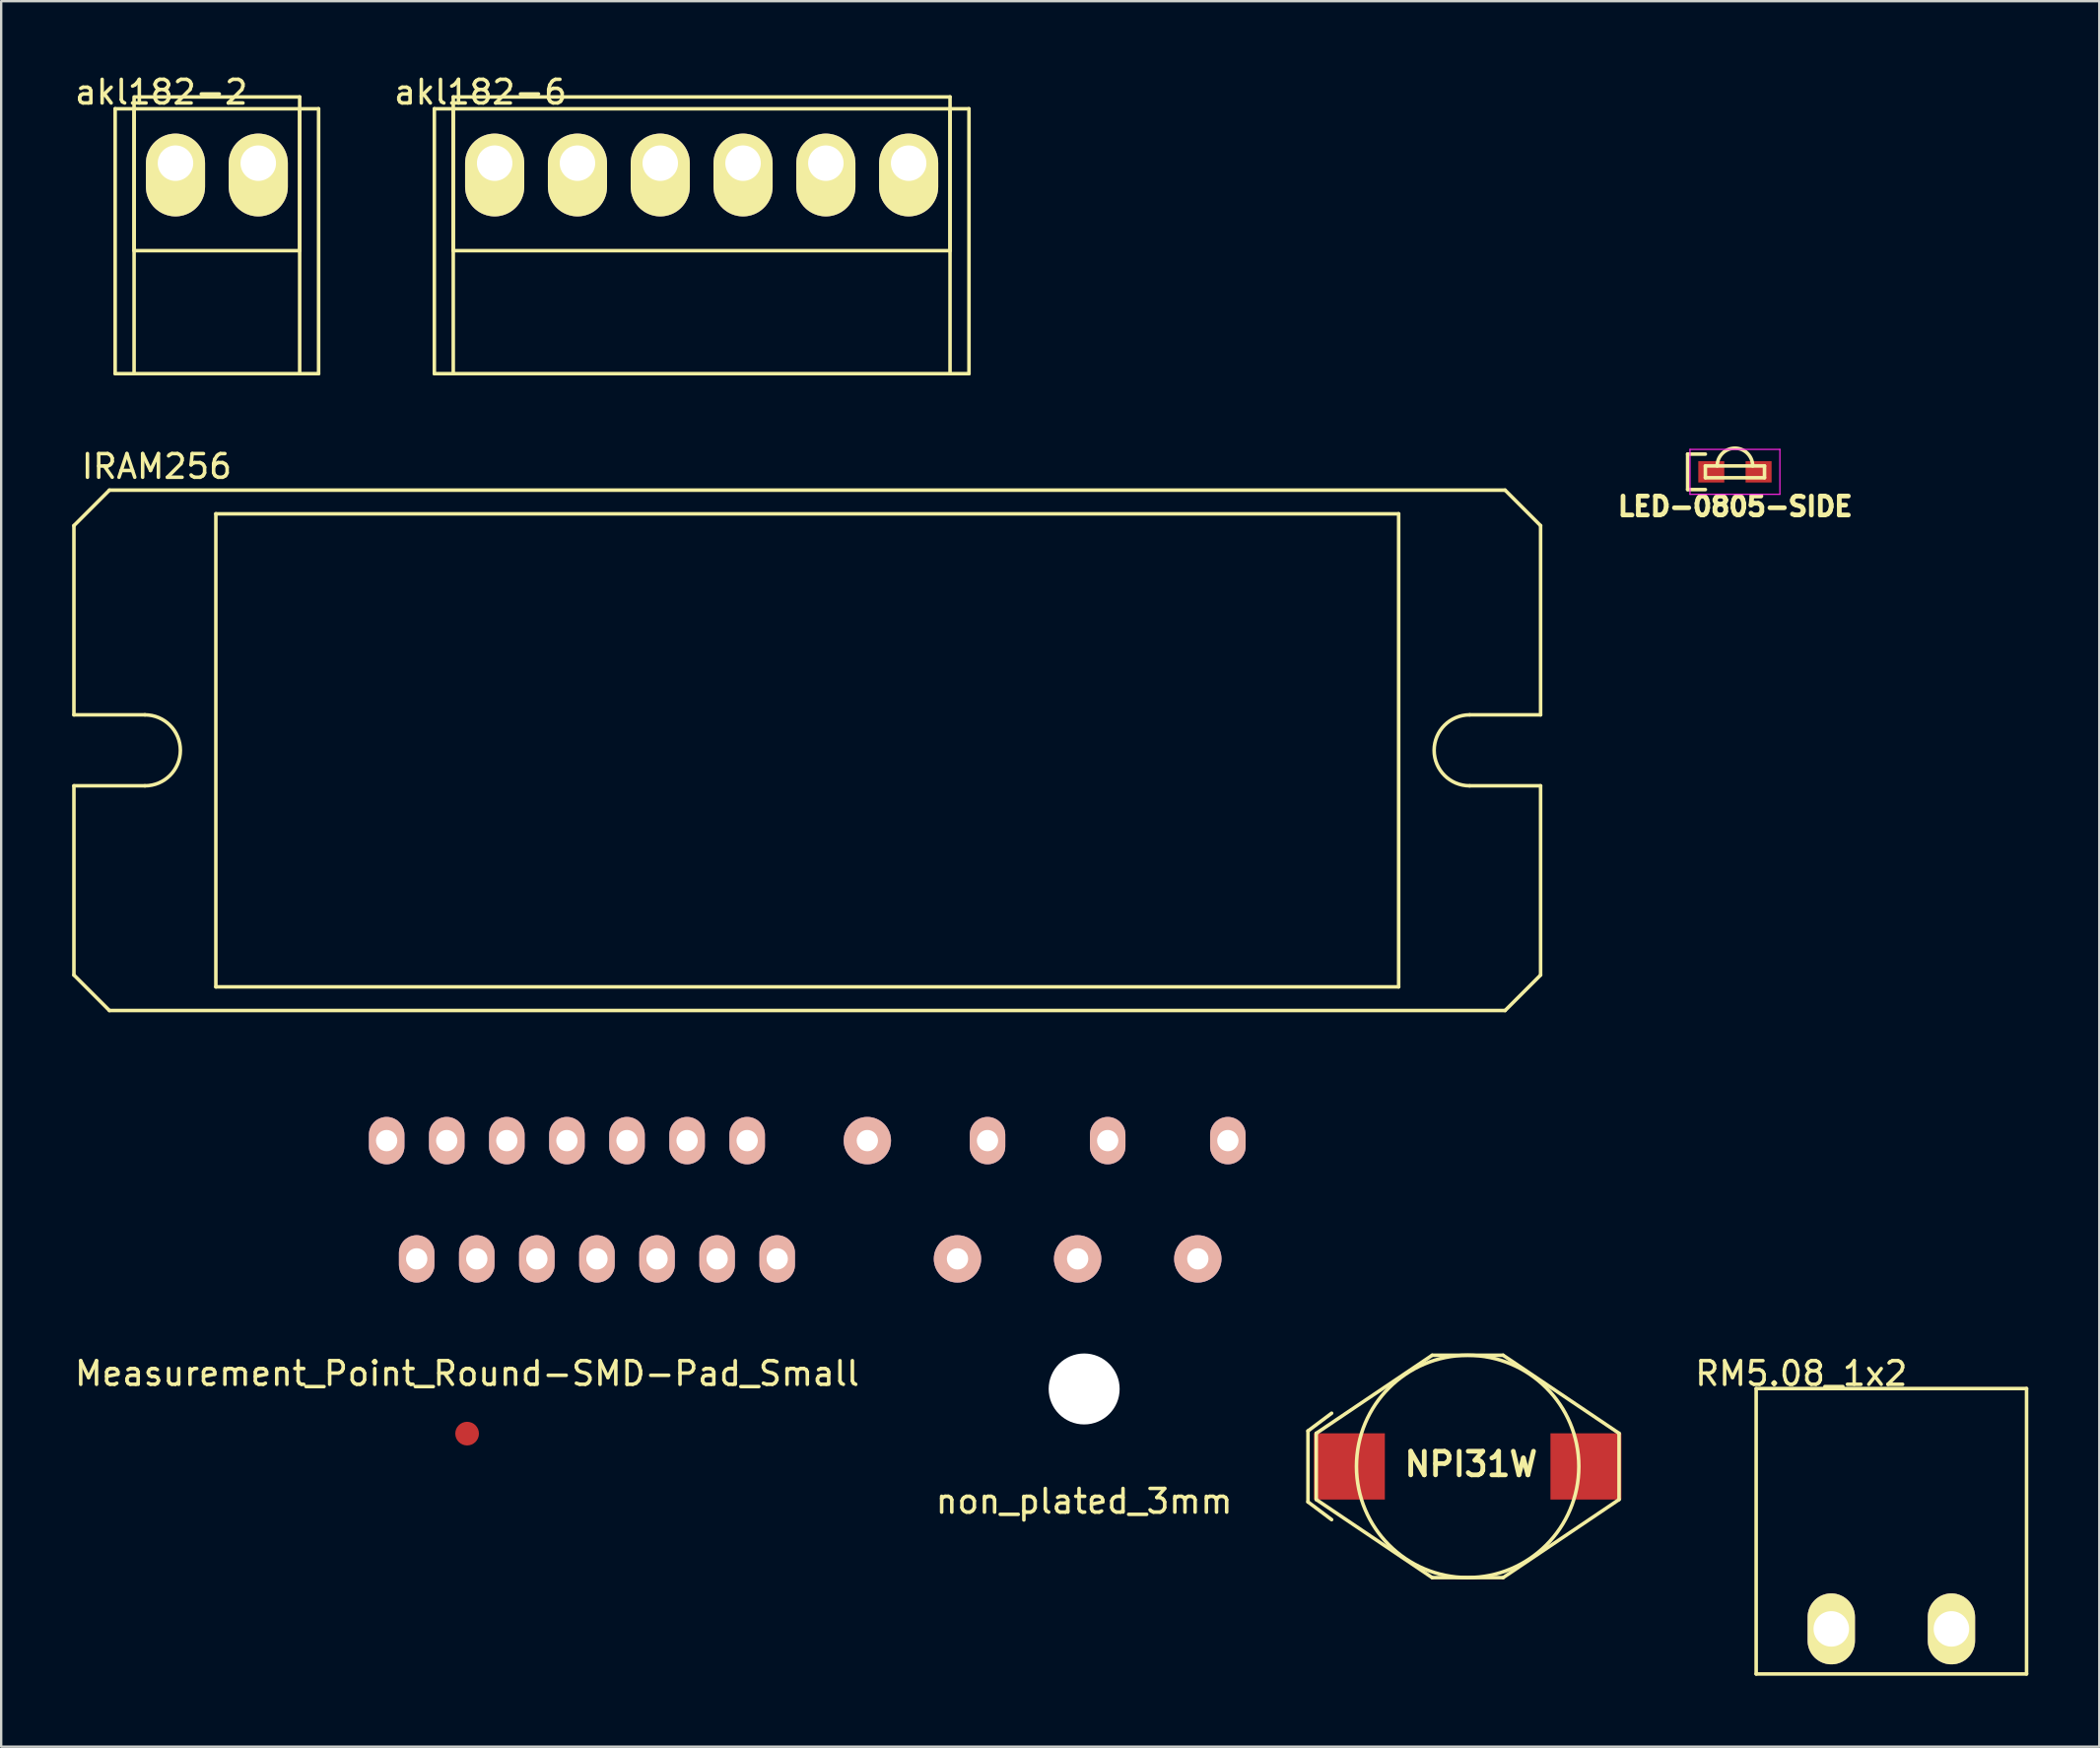
<source format=kicad_pcb>
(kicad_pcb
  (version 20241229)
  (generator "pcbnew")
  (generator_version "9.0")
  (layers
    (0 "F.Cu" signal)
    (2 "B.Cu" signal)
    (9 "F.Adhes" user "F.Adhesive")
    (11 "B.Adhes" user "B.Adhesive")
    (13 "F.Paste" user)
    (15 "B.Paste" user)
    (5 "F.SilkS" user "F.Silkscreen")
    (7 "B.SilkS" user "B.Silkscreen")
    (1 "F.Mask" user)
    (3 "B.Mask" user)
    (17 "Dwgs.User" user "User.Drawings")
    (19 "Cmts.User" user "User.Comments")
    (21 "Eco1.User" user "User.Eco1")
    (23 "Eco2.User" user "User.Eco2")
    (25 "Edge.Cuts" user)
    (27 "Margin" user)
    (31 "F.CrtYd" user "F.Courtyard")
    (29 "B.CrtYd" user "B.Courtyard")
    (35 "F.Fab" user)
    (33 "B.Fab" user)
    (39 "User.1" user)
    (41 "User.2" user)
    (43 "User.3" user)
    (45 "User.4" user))
  (footprint "akl182-2"
    (layer "F.Cu")
    (at 4.368 3.848)
    (property "Reference" "akl182-2" (at -0.6 -3 0) (layer "F.SilkS") (effects (font (size 1 1) (thickness 0.15))))
    (attr through_hole)
    (fp_line (start -2.55 -2.3) (end 6.05 -2.3) (stroke (width 0.15) (type solid)) (layer "F.SilkS"))
    (fp_line (start -2.55 8.9) (end -2.55 -2.3) (stroke (width 0.15) (type solid)) (layer "F.SilkS"))
    (fp_line (start -2.55 8.9) (end 6.05 8.9) (stroke (width 0.15) (type solid)) (layer "F.SilkS"))
    (fp_line (start -1.75 -2.3) (end -1.75 8.9) (stroke (width 0.15) (type solid)) (layer "F.SilkS"))
    (fp_line (start -1.75 3.7) (end -1.75 -2.8) (stroke (width 0.15) (type solid)) (layer "F.SilkS"))
    (fp_line (start -1.7 -2.8) (end 5.25 -2.8) (stroke (width 0.15) (type solid)) (layer "F.SilkS"))
    (fp_line (start 5.25 -2.8) (end 5.25 3.7) (stroke (width 0.15) (type solid)) (layer "F.SilkS"))
    (fp_line (start 5.25 -2.3) (end 5.25 8.9) (stroke (width 0.15) (type solid)) (layer "F.SilkS"))
    (fp_line (start 5.25 3.7) (end -1.75 3.7) (stroke (width 0.15) (type solid)) (layer "F.SilkS"))
    (fp_line (start 6.05 -2.3) (end 6.05 8.9) (stroke (width 0.15) (type solid)) (layer "F.SilkS"))
    (pad "1" thru_hole oval (at 0 0) (size 2.5 3.5) (drill 1.5 (offset 0 0.5)) (layers "*.Cu" "*.Mask" "F.SilkS"))
    (pad "2" thru_hole oval (at 3.5 0) (size 2.5 3.5) (drill 1.5 (offset 0 0.5)) (layers "*.Cu" "*.Mask" "F.SilkS")))
  (footprint "RM5.08_1x2"
    (layer "F.Cu")
    (at 74.363 65.815)
    (property "Reference" "RM5.08_1x2" (at -1.27 -10.795 0) (layer "F.SilkS") (effects (font (size 1 1) (thickness 0.15))))
    (attr through_hole)
    (fp_line (start -3.175 -10.16) (end -3.175 1.905) (stroke (width 0.15) (type solid)) (layer "F.SilkS"))
    (fp_line (start -3.175 1.905) (end 8.255 1.905) (stroke (width 0.15) (type solid)) (layer "F.SilkS"))
    (fp_line (start 8.255 -10.16) (end -3.175 -10.16) (stroke (width 0.15) (type solid)) (layer "F.SilkS"))
    (fp_line (start 8.255 1.905) (end 8.255 -10.16) (stroke (width 0.15) (type solid)) (layer "F.SilkS"))
    (pad "1" thru_hole oval (at 0 0) (size 2 3) (drill 1.5) (layers "*.Cu" "*.Mask" "F.SilkS"))
    (pad "2" thru_hole oval (at 5.08 0) (size 2 3) (drill 1.5) (layers "*.Cu" "*.Mask" "F.SilkS")))
  (footprint "LED-0805-SIDE"
    (layer "F.Cu")
    (at 70.291 16.898)
    (property "Reference" "LED-0805-SIDE" (at 0.012 1.464 0) (layer "F.SilkS") (effects (font (size 0.8 0.8) (thickness 0.2))))
    (attr smd)
    (fp_line (start -2 0.75) (end -2 -0.75) (stroke (width 0.15) (type solid)) (layer "F.SilkS"))
    (fp_line (start -1.25 -0.75) (end -2 -0.75) (stroke (width 0.15) (type solid)) (layer "F.SilkS"))
    (fp_line (start -1.25 -0.25) (end -1.25 0.25) (stroke (width 0.15) (type solid)) (layer "F.SilkS"))
    (fp_line (start -1.25 0.25) (end 1.25 0.25) (stroke (width 0.15) (type solid)) (layer "F.SilkS"))
    (fp_line (start -1.25 0.75) (end -2 0.75) (stroke (width 0.15) (type solid)) (layer "F.SilkS"))
    (fp_line (start 1.25 -0.25) (end -1.25 -0.25) (stroke (width 0.15) (type solid)) (layer "F.SilkS"))
    (fp_line (start 1.25 0.25) (end 1.25 -0.25) (stroke (width 0.15) (type solid)) (layer "F.SilkS"))
    (fp_arc (start -0.75 -0.25) (mid 0 -1) (end 0.75 -0.25) (stroke (width 0.15) (type solid)) (layer "F.SilkS"))
    (fp_line (start -1.9 -0.95) (end 1.9 -0.95) (stroke (width 0.05) (type solid)) (layer "F.CrtYd"))
    (fp_line (start -1.9 0.95) (end -1.9 -0.95) (stroke (width 0.05) (type solid)) (layer "F.CrtYd"))
    (fp_line (start 1.9 -0.95) (end 1.9 0.95) (stroke (width 0.05) (type solid)) (layer "F.CrtYd"))
    (fp_line (start 1.9 0.95) (end -1.9 0.95) (stroke (width 0.05) (type solid)) (layer "F.CrtYd"))
    (pad "1" smd rect (at -1 0 180) (size 1.1 0.9) (layers "F.Cu" "F.Mask" "F.Paste"))
    (pad "2" smd rect (at 1 0 180) (size 1.1 0.9) (layers "F.Cu" "F.Mask" "F.Paste")))
  (footprint "Measurement_Point_Round-SMD-Pad_Small"
    (layer "F.Cu")
    (at 16.696 57.56)
    (property "Reference" "Measurement_Point_Round-SMD-Pad_Small" (at 0 -2.54 0) (layer "F.SilkS") (effects (font (size 1 1) (thickness 0.15))))
    (attr through_hole)
    (pad "1" smd circle (at 0 0) (size 1 1) (layers "F.Cu" "F.Mask")))
  (footprint "akl182-6"
    (layer "F.Cu")
    (at 17.861 3.848)
    (property "Reference" "akl182-6" (at -0.6 -3 0) (layer "F.SilkS") (effects (font (size 1 1) (thickness 0.15))))
    (attr through_hole)
    (fp_line (start -2.55 -2.3) (end 20.05 -2.3) (stroke (width 0.15) (type solid)) (layer "F.SilkS"))
    (fp_line (start -2.55 8.9) (end -2.55 -2.3) (stroke (width 0.15) (type solid)) (layer "F.SilkS"))
    (fp_line (start -2.55 8.9) (end 20.05 8.9) (stroke (width 0.15) (type solid)) (layer "F.SilkS"))
    (fp_line (start -1.75 -2.8) (end 19.25 -2.8) (stroke (width 0.15) (type solid)) (layer "F.SilkS"))
    (fp_line (start -1.75 -2.3) (end -1.75 8.9) (stroke (width 0.15) (type solid)) (layer "F.SilkS"))
    (fp_line (start -1.75 3.7) (end -1.75 -2.8) (stroke (width 0.15) (type solid)) (layer "F.SilkS"))
    (fp_line (start 19.25 -2.8) (end 19.25 3.7) (stroke (width 0.15) (type solid)) (layer "F.SilkS"))
    (fp_line (start 19.25 -2.3) (end 19.25 8.9) (stroke (width 0.15) (type solid)) (layer "F.SilkS"))
    (fp_line (start 19.25 3.7) (end -1.75 3.7) (stroke (width 0.15) (type solid)) (layer "F.SilkS"))
    (fp_line (start 20.05 -2.3) (end 20.05 8.9) (stroke (width 0.15) (type solid)) (layer "F.SilkS"))
    (pad "1" thru_hole oval (at 0 0) (size 2.5 3.5) (drill 1.5 (offset 0 0.5)) (layers "*.Cu" "*.Mask" "F.SilkS"))
    (pad "2" thru_hole oval (at 3.5 0) (size 2.5 3.5) (drill 1.5 (offset 0 0.5)) (layers "*.Cu" "*.Mask" "F.SilkS"))
    (pad "3" thru_hole oval (at 7 0) (size 2.5 3.5) (drill 1.5 (offset 0 0.5)) (layers "*.Cu" "*.Mask" "F.SilkS"))
    (pad "4" thru_hole oval (at 10.5 0) (size 2.5 3.5) (drill 1.5 (offset 0 0.5)) (layers "*.Cu" "*.Mask" "F.SilkS"))
    (pad "5" thru_hole oval (at 14 0) (size 2.5 3.5) (drill 1.5 (offset 0 0.5)) (layers "*.Cu" "*.Mask" "F.SilkS"))
    (pad "6" thru_hole oval (at 17.5 0) (size 2.5 3.5) (drill 1.5 (offset 0 0.5)) (layers "*.Cu" "*.Mask" "F.SilkS")))
  (footprint "non_plated_3mm"
    (layer "F.Cu")
    (at 42.78 55.672)
    (property "Reference" "non_plated_3mm" (at 0 4.75 0) (layer "F.SilkS") (effects (font (size 1 1) (thickness 0.15))))
    (attr through_hole)
    (pad "" np_thru_hole circle (at 0 0) (size 3 3) (drill 3) (layers "*.Cu" "*.Mask")))
  (footprint "IRAM256"
    (layer "F.Cu")
    (at 31.075 28.672)
    (property "Reference" "IRAM256" (at -27.5 -12 0) (layer "F.SilkS") (effects (font (size 1 1) (thickness 0.15))))
    (attr through_hole)
    (fp_line (start -31 -1.5) (end -31 -9.5) (stroke (width 0.15) (type solid)) (layer "F.SilkS"))
    (fp_line (start -31 1.5) (end -31 9.5) (stroke (width 0.15) (type solid)) (layer "F.SilkS"))
    (fp_line (start -29.5 -11) (end -31 -9.5) (stroke (width 0.15) (type solid)) (layer "F.SilkS"))
    (fp_line (start -29.5 -11) (end 29.5 -11) (stroke (width 0.15) (type solid)) (layer "F.SilkS"))
    (fp_line (start -29.5 11) (end -31 9.5) (stroke (width 0.15) (type solid)) (layer "F.SilkS"))
    (fp_line (start -28 -1.5) (end -31 -1.5) (stroke (width 0.15) (type solid)) (layer "F.SilkS"))
    (fp_line (start -28 1.5) (end -31 1.5) (stroke (width 0.15) (type solid)) (layer "F.SilkS"))
    (fp_line (start -25 -10) (end -25 10) (stroke (width 0.15) (type solid)) (layer "F.SilkS"))
    (fp_line (start -25 10) (end 25 10) (stroke (width 0.15) (type solid)) (layer "F.SilkS"))
    (fp_line (start 25 -10) (end -25 -10) (stroke (width 0.15) (type solid)) (layer "F.SilkS"))
    (fp_line (start 25 10) (end 25 -10) (stroke (width 0.15) (type solid)) (layer "F.SilkS"))
    (fp_line (start 28 -1.5) (end 31 -1.5) (stroke (width 0.15) (type solid)) (layer "F.SilkS"))
    (fp_line (start 28 1.5) (end 31 1.5) (stroke (width 0.15) (type solid)) (layer "F.SilkS"))
    (fp_line (start 29.5 -11) (end 31 -9.5) (stroke (width 0.15) (type solid)) (layer "F.SilkS"))
    (fp_line (start 29.5 11) (end -29.5 11) (stroke (width 0.15) (type solid)) (layer "F.SilkS"))
    (fp_line (start 31 -9.5) (end 31 -1.5) (stroke (width 0.15) (type solid)) (layer "F.SilkS"))
    (fp_line (start 31 1.5) (end 31 9.5) (stroke (width 0.15) (type solid)) (layer "F.SilkS"))
    (fp_line (start 31 9.5) (end 29.5 11) (stroke (width 0.15) (type solid)) (layer "F.SilkS"))
    (fp_arc (start -28 -1.5) (mid -26.5 0) (end -28 1.5) (stroke (width 0.15) (type solid)) (layer "F.SilkS"))
    (fp_arc (start 28 1.5) (mid 26.5 0) (end 28 -1.5) (stroke (width 0.15) (type solid)) (layer "F.SilkS"))
    (pad "1" thru_hole oval (at 17.78 16.5 180) (size 1.5 2) (drill 0.9) (layers "*.Cu" "*.Mask" "B.SilkS"))
    (pad "2" thru_hole oval (at 16.51 21.5 180) (size 2 2) (drill 0.9) (layers "*.Cu" "*.Mask" "B.SilkS"))
    (pad "5" thru_hole oval (at 12.7 16.5 180) (size 1.5 2) (drill 0.9) (layers "*.Cu" "*.Mask" "B.SilkS"))
    (pad "6" thru_hole oval (at 11.43 21.5 180) (size 2 2) (drill 0.9) (layers "*.Cu" "*.Mask" "B.SilkS"))
    (pad "9" thru_hole oval (at 7.62 16.5 180) (size 1.5 2) (drill 0.9) (layers "*.Cu" "*.Mask" "B.SilkS"))
    (pad "10" thru_hole oval (at 6.35 21.5 180) (size 2 2) (drill 0.9) (layers "*.Cu" "*.Mask" "B.SilkS"))
    (pad "13" thru_hole oval (at 2.54 16.5 180) (size 2 2) (drill 0.9) (layers "*.Cu" "*.Mask" "B.SilkS"))
    (pad "16" thru_hole oval (at -1.27 21.5 180) (size 1.5 2) (drill 0.9) (layers "*.Cu" "*.Mask" "B.SilkS"))
    (pad "17" thru_hole oval (at -2.54 16.5 180) (size 1.5 2) (drill 0.9) (layers "*.Cu" "*.Mask" "B.SilkS"))
    (pad "18" thru_hole oval (at -3.81 21.5 180) (size 1.5 2) (drill 0.9) (layers "*.Cu" "*.Mask" "B.SilkS"))
    (pad "19" thru_hole oval (at -5.08 16.5 180) (size 1.5 2) (drill 0.9) (layers "*.Cu" "*.Mask" "B.SilkS"))
    (pad "20" thru_hole oval (at -6.35 21.5 180) (size 1.5 2) (drill 0.9) (layers "*.Cu" "*.Mask" "B.SilkS"))
    (pad "21" thru_hole oval (at -7.62 16.5 180) (size 1.5 2) (drill 0.9) (layers "*.Cu" "*.Mask" "B.SilkS"))
    (pad "22" thru_hole oval (at -8.89 21.5 180) (size 1.5 2) (drill 0.9) (layers "*.Cu" "*.Mask" "B.SilkS"))
    (pad "23" thru_hole oval (at -10.16 16.5 180) (size 1.5 2) (drill 0.9) (layers "*.Cu" "*.Mask" "B.SilkS"))
    (pad "24" thru_hole oval (at -11.43 21.5 180) (size 1.5 2) (drill 0.9) (layers "*.Cu" "*.Mask" "B.SilkS"))
    (pad "25" thru_hole oval (at -12.7 16.5 180) (size 1.5 2) (drill 0.9) (layers "*.Cu" "*.Mask" "B.SilkS"))
    (pad "26" thru_hole oval (at -13.97 21.5 180) (size 1.5 2) (drill 0.9) (layers "*.Cu" "*.Mask" "B.SilkS"))
    (pad "27" thru_hole oval (at -15.24 16.5 180) (size 1.5 2) (drill 0.9) (layers "*.Cu" "*.Mask" "B.SilkS"))
    (pad "28" thru_hole oval (at -16.51 21.5 180) (size 1.5 2) (drill 0.9) (layers "*.Cu" "*.Mask" "B.SilkS"))
    (pad "29" thru_hole oval (at -17.78 16.5 180) (size 1.5 2) (drill 0.9) (layers "*.Cu" "*.Mask" "B.SilkS")))
  (footprint "NPI31W"
    (layer "F.Cu")
    (at 58.992 58.947)
    (property "Reference" "NPI31W" (at 0.142 -0.096 0) (layer "F.SilkS") (effects (font (size 1 1) (thickness 0.2))))
    (attr smd)
    (fp_line (start -6.75 -1.5) (end -6.75 1.5) (stroke (width 0.15) (type solid)) (layer "F.SilkS"))
    (fp_line (start -6.75 1.5) (end -5.75 2.25) (stroke (width 0.15) (type solid)) (layer "F.SilkS"))
    (fp_line (start -6.4 -1.4) (end -6.4 1.4) (stroke (width 0.15) (type solid)) (layer "F.SilkS"))
    (fp_line (start -6.4 1.4) (end -1.5 4.7) (stroke (width 0.15) (type solid)) (layer "F.SilkS"))
    (fp_line (start -5.75 -2.25) (end -6.75 -1.5) (stroke (width 0.15) (type solid)) (layer "F.SilkS"))
    (fp_line (start -1.5 -4.7) (end -6.4 -1.4) (stroke (width 0.15) (type solid)) (layer "F.SilkS"))
    (fp_line (start -1.5 4.7) (end 1.5 4.7) (stroke (width 0.15) (type solid)) (layer "F.SilkS"))
    (fp_line (start 1.5 -4.7) (end -1.5 -4.7) (stroke (width 0.15) (type solid)) (layer "F.SilkS"))
    (fp_line (start 1.5 4.7) (end 6.4 1.4) (stroke (width 0.15) (type solid)) (layer "F.SilkS"))
    (fp_line (start 6.4 -1.4) (end 1.5 -4.7) (stroke (width 0.15) (type solid)) (layer "F.SilkS"))
    (fp_line (start 6.4 1.4) (end 6.4 -1.4) (stroke (width 0.15) (type solid)) (layer "F.SilkS"))
    (fp_circle (center 0 0) (end -4.7 0) (stroke (width 0.15) (type solid)) (fill no) (layer "F.SilkS"))
    (pad "1" smd rect (at -5 0) (size 3 2.8) (layers "F.Cu" "F.Mask" "F.Paste"))
    (pad "2" smd rect (at 5 0) (size 3 2.8) (layers "F.Cu" "F.Mask" "F.Paste")))
  (gr_rect
    (start -3 -3)
    (end 85.693 70.795)
    (stroke (width 0.1) (type default))
    (fill no)
    (layer "Edge.Cuts")))
</source>
